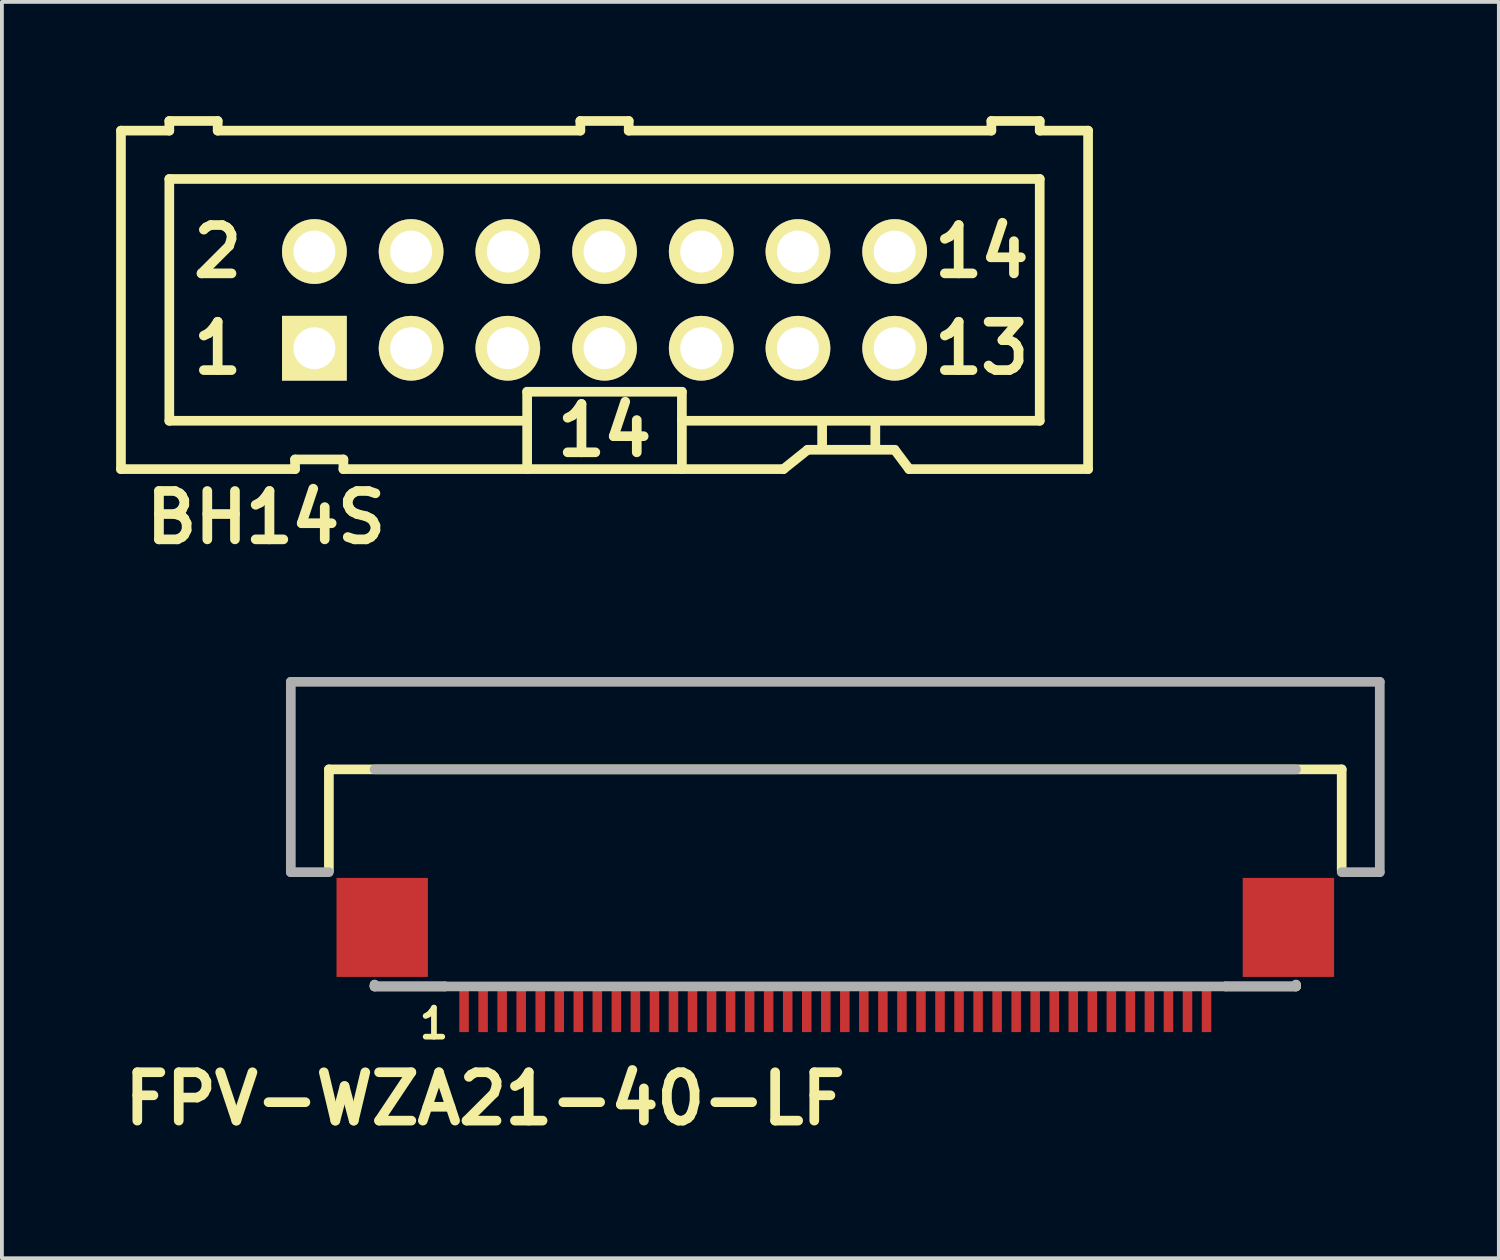
<source format=kicad_pcb>
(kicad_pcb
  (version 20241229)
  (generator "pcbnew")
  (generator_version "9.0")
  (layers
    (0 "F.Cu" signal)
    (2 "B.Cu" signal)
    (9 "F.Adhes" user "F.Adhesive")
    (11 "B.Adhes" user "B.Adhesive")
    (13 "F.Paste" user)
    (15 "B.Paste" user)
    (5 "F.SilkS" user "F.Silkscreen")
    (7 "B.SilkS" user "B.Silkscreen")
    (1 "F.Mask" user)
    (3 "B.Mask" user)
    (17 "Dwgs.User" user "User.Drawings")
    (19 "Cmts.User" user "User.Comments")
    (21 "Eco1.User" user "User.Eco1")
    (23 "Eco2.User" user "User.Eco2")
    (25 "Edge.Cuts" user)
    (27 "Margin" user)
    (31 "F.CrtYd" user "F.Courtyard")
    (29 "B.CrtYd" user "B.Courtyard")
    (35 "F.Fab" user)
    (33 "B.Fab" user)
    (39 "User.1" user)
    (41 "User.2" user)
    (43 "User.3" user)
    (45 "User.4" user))
  (footprint "BH14S"
    (layer "F.Cu")
    (at 12.827 4.826)
    (property "Reference" "BH14S" (at -8.89 5.715 0) (layer "F.SilkS") (effects (font (size 1.27 1.27) (thickness 0.254))))
    (attr smd)
    (fp_line (start -12.7 -4.445) (end -12.7 4.445) (stroke (width 0.254) (type solid)) (layer "F.SilkS"))
    (fp_line (start -12.7 -4.445) (end -11.43 -4.445) (stroke (width 0.254) (type solid)) (layer "F.SilkS"))
    (fp_line (start -12.7 4.445) (end -8.128 4.445) (stroke (width 0.254) (type solid)) (layer "F.SilkS"))
    (fp_line (start -11.43 -4.699) (end -11.43 -4.445) (stroke (width 0.254) (type solid)) (layer "F.SilkS"))
    (fp_line (start -11.43 -3.175) (end -11.43 3.175) (stroke (width 0.254) (type solid)) (layer "F.SilkS"))
    (fp_line (start -11.43 -3.175) (end 11.43 -3.175) (stroke (width 0.254) (type solid)) (layer "F.SilkS"))
    (fp_line (start -10.16 -4.699) (end -11.43 -4.699) (stroke (width 0.254) (type solid)) (layer "F.SilkS"))
    (fp_line (start -10.16 -4.699) (end -10.16 -4.445) (stroke (width 0.254) (type solid)) (layer "F.SilkS"))
    (fp_line (start -8.128 4.191) (end -8.128 4.445) (stroke (width 0.254) (type solid)) (layer "F.SilkS"))
    (fp_line (start -8.128 4.191) (end -6.858 4.191) (stroke (width 0.254) (type solid)) (layer "F.SilkS"))
    (fp_line (start -6.858 4.191) (end -6.858 4.445) (stroke (width 0.254) (type solid)) (layer "F.SilkS"))
    (fp_line (start -6.858 4.445) (end 4.699 4.445) (stroke (width 0.254) (type solid)) (layer "F.SilkS"))
    (fp_line (start -2.032 2.413) (end 2.032 2.413) (stroke (width 0.254) (type solid)) (layer "F.SilkS"))
    (fp_line (start -2.032 3.175) (end -11.43 3.175) (stroke (width 0.254) (type solid)) (layer "F.SilkS"))
    (fp_line (start -2.032 4.445) (end -2.032 2.413) (stroke (width 0.254) (type solid)) (layer "F.SilkS"))
    (fp_line (start -0.635 -4.699) (end -0.635 -4.445) (stroke (width 0.254) (type solid)) (layer "F.SilkS"))
    (fp_line (start -0.635 -4.445) (end -10.16 -4.445) (stroke (width 0.254) (type solid)) (layer "F.SilkS"))
    (fp_line (start 0.635 -4.699) (end -0.635 -4.699) (stroke (width 0.254) (type solid)) (layer "F.SilkS"))
    (fp_line (start 0.635 -4.699) (end 0.635 -4.445) (stroke (width 0.254) (type solid)) (layer "F.SilkS"))
    (fp_line (start 2.032 2.413) (end 2.032 4.445) (stroke (width 0.254) (type solid)) (layer "F.SilkS"))
    (fp_line (start 2.032 3.175) (end 11.43 3.175) (stroke (width 0.254) (type solid)) (layer "F.SilkS"))
    (fp_line (start 4.699 4.445) (end 5.334 3.937) (stroke (width 0.254) (type solid)) (layer "F.SilkS"))
    (fp_line (start 5.334 3.937) (end 7.62 3.937) (stroke (width 0.254) (type solid)) (layer "F.SilkS"))
    (fp_line (start 5.715 3.188) (end 5.715 3.835) (stroke (width 0.254) (type solid)) (layer "F.SilkS"))
    (fp_line (start 7.112 3.175) (end 7.112 3.835) (stroke (width 0.254) (type solid)) (layer "F.SilkS"))
    (fp_line (start 7.62 3.937) (end 8.001 4.445) (stroke (width 0.254) (type solid)) (layer "F.SilkS"))
    (fp_line (start 8.001 4.445) (end 12.7 4.445) (stroke (width 0.254) (type solid)) (layer "F.SilkS"))
    (fp_line (start 10.16 -4.699) (end 10.16 -4.445) (stroke (width 0.254) (type solid)) (layer "F.SilkS"))
    (fp_line (start 10.16 -4.445) (end 0.635 -4.445) (stroke (width 0.254) (type solid)) (layer "F.SilkS"))
    (fp_line (start 11.43 -4.699) (end 10.16 -4.699) (stroke (width 0.254) (type solid)) (layer "F.SilkS"))
    (fp_line (start 11.43 -4.699) (end 11.43 -4.445) (stroke (width 0.254) (type solid)) (layer "F.SilkS"))
    (fp_line (start 11.43 -3.175) (end 11.43 3.175) (stroke (width 0.254) (type solid)) (layer "F.SilkS"))
    (fp_line (start 12.7 -4.445) (end 11.43 -4.445) (stroke (width 0.254) (type solid)) (layer "F.SilkS"))
    (fp_line (start 12.7 -4.445) (end 12.7 4.445) (stroke (width 0.254) (type solid)) (layer "F.SilkS"))
    (fp_text user "14" (at 9.906 -1.27 0) (layer "F.SilkS") (effects (font (size 1.27 1.27) (thickness 0.254))))
    (fp_text user "14" (at 0 3.429 0) (layer "F.SilkS") (effects (font (size 1.27 1.27) (thickness 0.254))))
    (fp_text user "13" (at 9.906 1.27 0) (layer "F.SilkS") (effects (font (size 1.27 1.27) (thickness 0.254))))
    (fp_text user "2" (at -10.16 -1.27 0) (layer "F.SilkS") (effects (font (size 1.27 1.27) (thickness 0.254))))
    (fp_text user "1" (at -10.16 1.27 0) (layer "F.SilkS") (effects (font (size 1.27 1.27) (thickness 0.254))))
    (pad "1" thru_hole rect (at -7.62 1.27) (size 1.7 1.7) (drill 1.1) (layers "*.Cu" "*.Mask" "F.SilkS"))
    (pad "2" thru_hole circle (at -7.62 -1.27) (size 1.7 1.7) (drill 1.1) (layers "*.Cu" "*.Mask" "F.SilkS"))
    (pad "3" thru_hole circle (at -5.08 1.27) (size 1.7 1.7) (drill 1.1) (layers "*.Cu" "*.Mask" "F.SilkS"))
    (pad "4" thru_hole circle (at -5.08 -1.27) (size 1.7 1.7) (drill 1.1) (layers "*.Cu" "*.Mask" "F.SilkS"))
    (pad "5" thru_hole circle (at -2.54 1.27) (size 1.7 1.7) (drill 1.1) (layers "*.Cu" "*.Mask" "F.SilkS"))
    (pad "6" thru_hole circle (at -2.54 -1.27) (size 1.7 1.7) (drill 1.1) (layers "*.Cu" "*.Mask" "F.SilkS"))
    (pad "7" thru_hole circle (at 0 1.27) (size 1.7 1.7) (drill 1.1) (layers "*.Cu" "*.Mask" "F.SilkS"))
    (pad "8" thru_hole circle (at 0 -1.27) (size 1.7 1.7) (drill 1.1) (layers "*.Cu" "*.Mask" "F.SilkS"))
    (pad "9" thru_hole circle (at 2.54 1.27) (size 1.7 1.7) (drill 1.1) (layers "*.Cu" "*.Mask" "F.SilkS"))
    (pad "10" thru_hole circle (at 2.54 -1.27) (size 1.7 1.7) (drill 1.1) (layers "*.Cu" "*.Mask" "F.SilkS"))
    (pad "11" thru_hole circle (at 5.08 1.27) (size 1.7 1.7) (drill 1.1) (layers "*.Cu" "*.Mask" "F.SilkS"))
    (pad "12" thru_hole circle (at 5.08 -1.27) (size 1.7 1.7) (drill 1.1) (layers "*.Cu" "*.Mask" "F.SilkS"))
    (pad "13" thru_hole circle (at 7.62 1.27) (size 1.7 1.7) (drill 1.1) (layers "*.Cu" "*.Mask" "F.SilkS"))
    (pad "14" thru_hole circle (at 7.62 -1.27) (size 1.7 1.7) (drill 1.1) (layers "*.Cu" "*.Mask" "F.SilkS")))
  (footprint "FPV-WZA21-40-LF"
    (layer "F.Cu")
    (at 18.888 20.657)
    (property "Reference" "FPV-WZA21-40-LF" (at -9.2 5.15 0) (layer "F.SilkS") (effects (font (size 1.27 1.27) (thickness 0.254))))
    (attr smd)
    (fp_line (start -13.3 -3.5) (end 13.3 -3.5) (stroke (width 0.254) (type solid)) (layer "F.SilkS"))
    (fp_line (start -13.3 -0.84) (end -13.3 -3.5) (stroke (width 0.254) (type solid)) (layer "F.SilkS"))
    (fp_line (start -12.1 2.2) (end -12.1 2.16) (stroke (width 0.254) (type solid)) (layer "F.SilkS"))
    (fp_line (start -10.25 2.2) (end -12.1 2.2) (stroke (width 0.254) (type solid)) (layer "F.SilkS"))
    (fp_line (start 12.1 2.16) (end 12.1 2.2) (stroke (width 0.254) (type solid)) (layer "F.SilkS"))
    (fp_line (start 12.1 2.2) (end 10.25 2.2) (stroke (width 0.254) (type solid)) (layer "F.SilkS"))
    (fp_line (start 13.3 -3.5) (end 13.3 -0.84) (stroke (width 0.254) (type solid)) (layer "F.SilkS"))
    (fp_line (start -14.3 -5.8) (end 14.3 -5.8) (stroke (width 0.254) (type solid)) (layer "F.Fab"))
    (fp_line (start -14.3 -0.8) (end -14.3 -5.8) (stroke (width 0.254) (type solid)) (layer "F.Fab"))
    (fp_line (start -13.3 -0.8) (end -14.3 -0.8) (stroke (width 0.254) (type solid)) (layer "F.Fab"))
    (fp_line (start -12.1 2.15) (end -12.1 2.2) (stroke (width 0.254) (type solid)) (layer "F.Fab"))
    (fp_line (start -12.1 2.2) (end -10.25 2.2) (stroke (width 0.254) (type solid)) (layer "F.Fab"))
    (fp_line (start 10.249 2.2) (end -10.249 2.2) (stroke (width 0.254) (type solid)) (layer "F.Fab"))
    (fp_line (start 12.1 -3.5) (end -12.1 -3.5) (stroke (width 0.254) (type solid)) (layer "F.Fab"))
    (fp_line (start 12.1 2.15) (end 12.1 2.2) (stroke (width 0.254) (type solid)) (layer "F.Fab"))
    (fp_line (start 12.1 2.2) (end 10.25 2.2) (stroke (width 0.254) (type solid)) (layer "F.Fab"))
    (fp_line (start 14.3 -5.8) (end 14.3 -0.8) (stroke (width 0.254) (type solid)) (layer "F.Fab"))
    (fp_line (start 14.3 -0.8) (end 13.3 -0.8) (stroke (width 0.254) (type solid)) (layer "F.Fab"))
    (fp_text user "1" (at -10.541 3.175 0) (layer "F.SilkS") (effects (font (size 0.762 0.762) (thickness 0.15))))
    (pad "0" smd rect (at -11.9 0.65 180) (size 2.4 2.6) (layers "F.Cu" "F.Mask" "F.Paste"))
    (pad "0" smd rect (at 11.9 0.65 180) (size 2.4 2.6) (layers "F.Cu" "F.Mask" "F.Paste"))
    (pad "1" smd rect (at -9.75 2.75 180) (size 0.25 1.3) (layers "F.Cu" "F.Mask" "F.Paste"))
    (pad "2" smd rect (at -9.25 2.75 180) (size 0.25 1.3) (layers "F.Cu" "F.Mask" "F.Paste"))
    (pad "3" smd rect (at -8.75 2.75 180) (size 0.25 1.3) (layers "F.Cu" "F.Mask" "F.Paste"))
    (pad "4" smd rect (at -8.25 2.75 180) (size 0.25 1.3) (layers "F.Cu" "F.Mask" "F.Paste"))
    (pad "5" smd rect (at -7.75 2.75 180) (size 0.25 1.3) (layers "F.Cu" "F.Mask" "F.Paste"))
    (pad "6" smd rect (at -7.25 2.75 180) (size 0.25 1.3) (layers "F.Cu" "F.Mask" "F.Paste"))
    (pad "7" smd rect (at -6.75 2.75 180) (size 0.25 1.3) (layers "F.Cu" "F.Mask" "F.Paste"))
    (pad "8" smd rect (at -6.25 2.75 180) (size 0.25 1.3) (layers "F.Cu" "F.Mask" "F.Paste"))
    (pad "9" smd rect (at -5.75 2.75 180) (size 0.25 1.3) (layers "F.Cu" "F.Mask" "F.Paste"))
    (pad "10" smd rect (at -5.25 2.75 180) (size 0.25 1.3) (layers "F.Cu" "F.Mask" "F.Paste"))
    (pad "11" smd rect (at -4.75 2.75 180) (size 0.25 1.3) (layers "F.Cu" "F.Mask" "F.Paste"))
    (pad "12" smd rect (at -4.25 2.75 180) (size 0.25 1.3) (layers "F.Cu" "F.Mask" "F.Paste"))
    (pad "13" smd rect (at -3.75 2.75 180) (size 0.25 1.3) (layers "F.Cu" "F.Mask" "F.Paste"))
    (pad "14" smd rect (at -3.25 2.75 180) (size 0.25 1.3) (layers "F.Cu" "F.Mask" "F.Paste"))
    (pad "15" smd rect (at -2.75 2.75 180) (size 0.25 1.3) (layers "F.Cu" "F.Mask" "F.Paste"))
    (pad "16" smd rect (at -2.25 2.75 180) (size 0.25 1.3) (layers "F.Cu" "F.Mask" "F.Paste"))
    (pad "17" smd rect (at -1.75 2.75 180) (size 0.25 1.3) (layers "F.Cu" "F.Mask" "F.Paste"))
    (pad "18" smd rect (at -1.25 2.75 180) (size 0.25 1.3) (layers "F.Cu" "F.Mask" "F.Paste"))
    (pad "19" smd rect (at -0.75 2.75 180) (size 0.25 1.3) (layers "F.Cu" "F.Mask" "F.Paste"))
    (pad "20" smd rect (at -0.25 2.75 180) (size 0.25 1.3) (layers "F.Cu" "F.Mask" "F.Paste"))
    (pad "21" smd rect (at 0.25 2.75 180) (size 0.25 1.3) (layers "F.Cu" "F.Mask" "F.Paste"))
    (pad "22" smd rect (at 0.75 2.75 180) (size 0.25 1.3) (layers "F.Cu" "F.Mask" "F.Paste"))
    (pad "23" smd rect (at 1.25 2.75 180) (size 0.25 1.3) (layers "F.Cu" "F.Mask" "F.Paste"))
    (pad "24" smd rect (at 1.75 2.75 180) (size 0.25 1.3) (layers "F.Cu" "F.Mask" "F.Paste"))
    (pad "25" smd rect (at 2.25 2.75 180) (size 0.25 1.3) (layers "F.Cu" "F.Mask" "F.Paste"))
    (pad "26" smd rect (at 2.75 2.75 180) (size 0.25 1.3) (layers "F.Cu" "F.Mask" "F.Paste"))
    (pad "27" smd rect (at 3.25 2.75 180) (size 0.25 1.3) (layers "F.Cu" "F.Mask" "F.Paste"))
    (pad "28" smd rect (at 3.75 2.75 180) (size 0.25 1.3) (layers "F.Cu" "F.Mask" "F.Paste"))
    (pad "29" smd rect (at 4.25 2.75 180) (size 0.25 1.3) (layers "F.Cu" "F.Mask" "F.Paste"))
    (pad "30" smd rect (at 4.75 2.75 180) (size 0.25 1.3) (layers "F.Cu" "F.Mask" "F.Paste"))
    (pad "31" smd rect (at 5.25 2.75 180) (size 0.25 1.3) (layers "F.Cu" "F.Mask" "F.Paste"))
    (pad "32" smd rect (at 5.75 2.75 180) (size 0.25 1.3) (layers "F.Cu" "F.Mask" "F.Paste"))
    (pad "33" smd rect (at 6.25 2.75 180) (size 0.25 1.3) (layers "F.Cu" "F.Mask" "F.Paste"))
    (pad "34" smd rect (at 6.75 2.75 180) (size 0.25 1.3) (layers "F.Cu" "F.Mask" "F.Paste"))
    (pad "35" smd rect (at 7.25 2.75 180) (size 0.25 1.3) (layers "F.Cu" "F.Mask" "F.Paste"))
    (pad "36" smd rect (at 7.75 2.75 180) (size 0.25 1.3) (layers "F.Cu" "F.Mask" "F.Paste"))
    (pad "37" smd rect (at 8.25 2.75 180) (size 0.25 1.3) (layers "F.Cu" "F.Mask" "F.Paste"))
    (pad "38" smd rect (at 8.75 2.75 180) (size 0.25 1.3) (layers "F.Cu" "F.Mask" "F.Paste"))
    (pad "39" smd rect (at 9.25 2.75 180) (size 0.25 1.3) (layers "F.Cu" "F.Mask" "F.Paste"))
    (pad "40" smd rect (at 9.75 2.75 180) (size 0.25 1.3) (layers "F.Cu" "F.Mask" "F.Paste")))
  (gr_rect
    (start -3 -3)
    (end 36.315 29.995)
    (stroke (width 0.1) (type default))
    (fill no)
    (layer "Edge.Cuts")))
</source>
